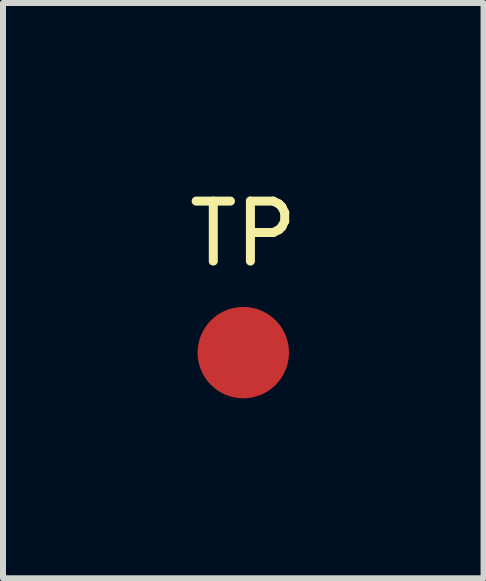
<source format=kicad_pcb>
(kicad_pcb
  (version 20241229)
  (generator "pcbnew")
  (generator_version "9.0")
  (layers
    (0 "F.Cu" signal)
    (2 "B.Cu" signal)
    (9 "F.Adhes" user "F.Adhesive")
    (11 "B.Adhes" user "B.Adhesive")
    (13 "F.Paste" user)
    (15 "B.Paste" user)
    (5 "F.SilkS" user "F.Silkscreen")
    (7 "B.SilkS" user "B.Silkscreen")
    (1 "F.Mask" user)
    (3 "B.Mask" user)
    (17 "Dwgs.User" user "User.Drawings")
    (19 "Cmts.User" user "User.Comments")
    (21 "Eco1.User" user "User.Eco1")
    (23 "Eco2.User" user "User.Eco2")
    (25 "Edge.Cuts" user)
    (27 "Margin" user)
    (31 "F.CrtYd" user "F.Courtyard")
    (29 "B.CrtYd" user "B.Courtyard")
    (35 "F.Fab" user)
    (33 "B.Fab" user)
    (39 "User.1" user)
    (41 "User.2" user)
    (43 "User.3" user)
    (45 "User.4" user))
  (footprint "TP"
    (layer "F.Cu")
    (at 1.006 2.829)
    (property "Reference" "TP" (at 0 -1.981 0) (layer "F.SilkS") (effects (font (size 1 1) (thickness 0.15))))
    (attr through_hole)
    (pad "1" smd circle (at 0 0) (size 1.524 1.524) (layers "F.Cu" "F.Mask" "F.Paste")))
  (gr_rect
    (start -3 -3)
    (end 5.012 6.591)
    (stroke (width 0.1) (type default))
    (fill no)
    (layer "Edge.Cuts")))
</source>
